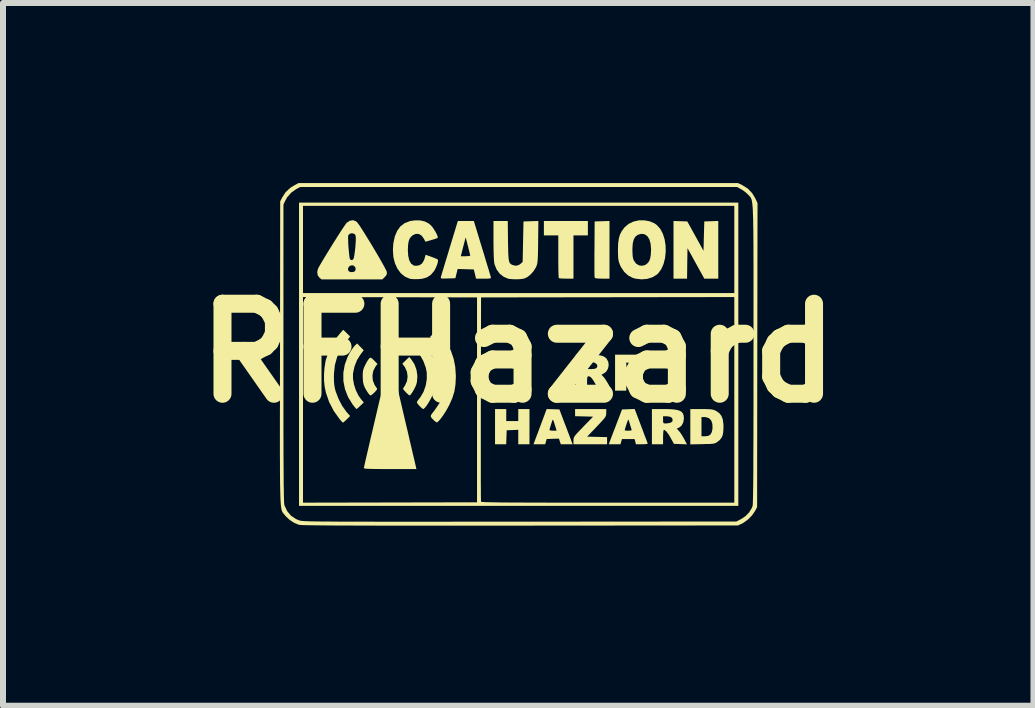
<source format=kicad_pcb>
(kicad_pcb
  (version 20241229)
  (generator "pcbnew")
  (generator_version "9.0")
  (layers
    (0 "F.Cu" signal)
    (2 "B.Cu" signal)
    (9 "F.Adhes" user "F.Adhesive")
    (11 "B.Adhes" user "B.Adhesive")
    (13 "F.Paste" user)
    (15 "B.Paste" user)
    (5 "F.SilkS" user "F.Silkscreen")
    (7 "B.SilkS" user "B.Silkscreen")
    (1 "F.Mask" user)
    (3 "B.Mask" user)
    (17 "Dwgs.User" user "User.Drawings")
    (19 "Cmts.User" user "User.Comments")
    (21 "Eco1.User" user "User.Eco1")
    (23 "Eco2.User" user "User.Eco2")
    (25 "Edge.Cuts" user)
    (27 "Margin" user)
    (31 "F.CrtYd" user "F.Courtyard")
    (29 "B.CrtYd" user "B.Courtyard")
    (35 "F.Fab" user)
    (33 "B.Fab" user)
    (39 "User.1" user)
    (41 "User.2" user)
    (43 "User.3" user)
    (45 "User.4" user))
  (footprint "RFHazard"
    (layer "F.Cu")
    (at 5.586 2.833)
    (property "Reference" "RFHazard" (at 0 0 0) (layer "F.SilkS") (effects (font (size 1.5 1.5) (thickness 0.3))))
    (attr board_only exclude_from_pos_files exclude_from_bom)
    (fp_poly (pts (xy -2.078 0.297) (xy -2.047 0.326) (xy -2.03 0.365) (xy -2.03 0.409) (xy -2.053 0.456) (xy -2.054 0.458) (xy -2.091 0.485) (xy -2.138 0.494) (xy -2.187 0.485) (xy -2.215 0.468) (xy -2.241 0.432) (xy -2.247 0.387) (xy -2.233 0.342) (xy -2.209 0.312) (xy -2.163 0.286) (xy -2.118 0.282)) (stroke (width 0) (type solid)) (fill yes) (layer "F.SilkS"))
    (fp_poly (pts (xy 1.52 -1.72) (xy 1.52 -1.24) (xy 1.4 -1.24) (xy 1.334 -1.241) (xy 1.293 -1.246) (xy 1.274 -1.254) (xy 1.273 -1.257) (xy 1.271 -1.274) (xy 1.27 -1.314) (xy 1.269 -1.375) (xy 1.269 -1.452) (xy 1.269 -1.544) (xy 1.269 -1.646) (xy 1.27 -1.733) (xy 1.273 -2.193) (xy 1.397 -2.197) (xy 1.52 -2.201)) (stroke (width 0) (type solid)) (fill yes) (layer "F.SilkS"))
    (fp_poly (pts (xy 2.08 0.093) (xy 2.08 0.16) (xy 1.939 0.16) (xy 1.798 0.16) (xy 1.803 0.21) (xy 1.807 0.26) (xy 1.923 0.264) (xy 2.04 0.268) (xy 2.04 0.327) (xy 2.04 0.387) (xy 1.92 0.387) (xy 1.8 0.387) (xy 1.8 0.507) (xy 1.8 0.627) (xy 1.707 0.627) (xy 1.613 0.627) (xy 1.613 0.327) (xy 1.613 0.027) (xy 1.847 0.027) (xy 2.08 0.027)) (stroke (width 0) (type solid)) (fill yes) (layer "F.SilkS"))
    (fp_poly (pts (xy 3.333 -1.721) (xy 3.333 -1.24) (xy 3.217 -1.24) (xy 3.1 -1.24) (xy 2.96 -1.494) (xy 2.82 -1.748) (xy 2.816 -1.494) (xy 2.813 -1.24) (xy 2.7 -1.24) (xy 2.587 -1.24) (xy 2.587 -1.721) (xy 2.587 -2.201) (xy 2.702 -2.197) (xy 2.817 -2.193) (xy 2.952 -1.948) (xy 3.087 -1.703) (xy 3.093 -1.948) (xy 3.1 -2.193) (xy 3.217 -2.197) (xy 3.333 -2.201)) (stroke (width 0) (type solid)) (fill yes) (layer "F.SilkS"))
    (fp_poly (pts (xy -0.2 1.033) (xy -0.2 1.133) (xy -0.1 1.133) (xy 0 1.133) (xy 0 1.033) (xy 0 0.933) (xy 0.093 0.933) (xy 0.187 0.933) (xy 0.187 1.227) (xy 0.187 1.52) (xy 0.093 1.52) (xy 0 1.52) (xy 0 1.399) (xy 0 1.279) (xy -0.097 1.283) (xy -0.193 1.287) (xy -0.197 1.403) (xy -0.201 1.52) (xy -0.294 1.52) (xy -0.387 1.52) (xy -0.387 1.227) (xy -0.387 0.933) (xy -0.293 0.933) (xy -0.2 0.933)) (stroke (width 0) (type solid)) (fill yes) (layer "F.SilkS"))
    (fp_poly (pts (xy 1.16 -2.08) (xy 1.16 -1.96) (xy 1.04 -1.96) (xy 0.92 -1.96) (xy 0.92 -1.6) (xy 0.92 -1.24) (xy 0.802 -1.24) (xy 0.749 -1.241) (xy 0.706 -1.243) (xy 0.68 -1.247) (xy 0.676 -1.249) (xy 0.673 -1.264) (xy 0.671 -1.302) (xy 0.669 -1.36) (xy 0.668 -1.434) (xy 0.667 -1.52) (xy 0.667 -1.609) (xy 0.667 -1.96) (xy 0.547 -1.96) (xy 0.427 -1.96) (xy 0.427 -2.08) (xy 0.427 -2.2) (xy 0.793 -2.2) (xy 1.16 -2.2)) (stroke (width 0) (type solid)) (fill yes) (layer "F.SilkS"))
    (fp_poly (pts (xy -1.78 0.109) (xy -1.728 0.19) (xy -1.695 0.283) (xy -1.681 0.382) (xy -1.688 0.48) (xy -1.699 0.522) (xy -1.716 0.565) (xy -1.74 0.611) (xy -1.765 0.654) (xy -1.789 0.688) (xy -1.807 0.705) (xy -1.811 0.707) (xy -1.825 0.698) (xy -1.851 0.675) (xy -1.871 0.656) (xy -1.898 0.626) (xy -1.916 0.604) (xy -1.92 0.597) (xy -1.913 0.581) (xy -1.896 0.553) (xy -1.887 0.54) (xy -1.854 0.468) (xy -1.844 0.389) (xy -1.855 0.31) (xy -1.889 0.235) (xy -1.9 0.219) (xy -1.932 0.177) (xy -1.874 0.121) (xy -1.817 0.065)) (stroke (width 0) (type solid)) (fill yes) (layer "F.SilkS"))
    (fp_poly (pts (xy -1.894 1.09) (xy -1.866 1.208) (xy -1.838 1.326) (xy -1.812 1.44) (xy -1.787 1.545) (xy -1.766 1.637) (xy -1.749 1.71) (xy -1.739 1.75) (xy -1.697 1.933) (xy -2.135 1.933) (xy -2.26 1.933) (xy -2.361 1.932) (xy -2.439 1.931) (xy -2.497 1.929) (xy -2.537 1.927) (xy -2.561 1.923) (xy -2.572 1.919) (xy -2.573 1.917) (xy -2.57 1.901) (xy -2.561 1.861) (xy -2.548 1.801) (xy -2.53 1.723) (xy -2.508 1.629) (xy -2.483 1.521) (xy -2.456 1.403) (xy -2.426 1.278) (xy -2.422 1.26) (xy -2.272 0.62) (xy -2.139 0.616) (xy -2.005 0.612)) (stroke (width 0) (type solid)) (fill yes) (layer "F.SilkS"))
    (fp_poly (pts (xy -2.63 -0.103) (xy -2.575 -0.047) (xy -2.633 0.03) (xy -2.688 0.119) (xy -2.729 0.224) (xy -2.753 0.335) (xy -2.754 0.34) (xy -2.754 0.427) (xy -2.737 0.524) (xy -2.706 0.621) (xy -2.662 0.71) (xy -2.614 0.777) (xy -2.574 0.822) (xy -2.631 0.878) (xy -2.662 0.907) (xy -2.686 0.928) (xy -2.695 0.933) (xy -2.706 0.923) (xy -2.728 0.897) (xy -2.757 0.861) (xy -2.76 0.857) (xy -2.836 0.734) (xy -2.887 0.603) (xy -2.914 0.468) (xy -2.915 0.331) (xy -2.891 0.194) (xy -2.842 0.06) (xy -2.799 -0.02) (xy -2.769 -0.065) (xy -2.739 -0.106) (xy -2.72 -0.127) (xy -2.685 -0.16)) (stroke (width 0) (type solid)) (fill yes) (layer "F.SilkS"))
    (fp_poly (pts (xy 1.466 0.997) (xy 1.465 1.02) (xy 1.462 1.04) (xy 1.453 1.061) (xy 1.436 1.086) (xy 1.408 1.118) (xy 1.368 1.162) (xy 1.312 1.221) (xy 1.307 1.227) (xy 1.148 1.393) (xy 1.314 1.397) (xy 1.48 1.401) (xy 1.48 1.46) (xy 1.48 1.52) (xy 1.2 1.52) (xy 0.92 1.52) (xy 0.92 1.458) (xy 0.921 1.435) (xy 0.924 1.416) (xy 0.933 1.396) (xy 0.949 1.372) (xy 0.976 1.34) (xy 1.017 1.297) (xy 1.073 1.239) (xy 1.083 1.228) (xy 1.247 1.06) (xy 1.097 1.056) (xy 0.947 1.052) (xy 0.947 0.993) (xy 0.947 0.933) (xy 1.207 0.933) (xy 1.467 0.933)) (stroke (width 0) (type solid)) (fill yes) (layer "F.SilkS"))
    (fp_poly (pts (xy -2.454 0.079) (xy -2.434 0.093) (xy -2.402 0.124) (xy -2.346 0.181) (xy -2.379 0.225) (xy -2.416 0.297) (xy -2.43 0.376) (xy -2.423 0.456) (xy -2.394 0.532) (xy -2.363 0.577) (xy -2.352 0.592) (xy -2.354 0.607) (xy -2.371 0.629) (xy -2.394 0.654) (xy -2.425 0.683) (xy -2.451 0.702) (xy -2.461 0.707) (xy -2.477 0.696) (xy -2.5 0.669) (xy -2.518 0.643) (xy -2.553 0.583) (xy -2.575 0.532) (xy -2.587 0.478) (xy -2.591 0.411) (xy -2.592 0.393) (xy -2.591 0.335) (xy -2.586 0.291) (xy -2.574 0.251) (xy -2.553 0.204) (xy -2.55 0.199) (xy -2.526 0.152) (xy -2.502 0.113) (xy -2.483 0.09) (xy -2.483 0.089) (xy -2.468 0.078)) (stroke (width 0) (type solid)) (fill yes) (layer "F.SilkS"))
    (fp_poly (pts (xy -2.859 -0.332) (xy -2.802 -0.276) (xy -2.874 -0.183) (xy -2.958 -0.06) (xy -3.018 0.065) (xy -3.055 0.196) (xy -3.071 0.341) (xy -3.072 0.393) (xy -3.071 0.473) (xy -3.065 0.537) (xy -3.055 0.593) (xy -3.042 0.64) (xy -2.995 0.763) (xy -2.936 0.877) (xy -2.869 0.972) (xy -2.861 0.982) (xy -2.802 1.049) (xy -2.858 1.105) (xy -2.889 1.134) (xy -2.912 1.154) (xy -2.921 1.16) (xy -2.932 1.151) (xy -2.955 1.126) (xy -2.977 1.101) (xy -3.074 0.965) (xy -3.152 0.815) (xy -3.206 0.657) (xy -3.227 0.556) (xy -3.236 0.462) (xy -3.237 0.356) (xy -3.229 0.248) (xy -3.214 0.149) (xy -3.206 0.113) (xy -3.16 -0.019) (xy -3.095 -0.15) (xy -3.016 -0.271) (xy -2.962 -0.337) (xy -2.916 -0.388)) (stroke (width 0) (type solid)) (fill yes) (layer "F.SilkS"))
    (fp_poly (pts (xy -1.532 -0.094) (xy -1.486 -0.033) (xy -1.442 0.044) (xy -1.405 0.128) (xy -1.379 0.207) (xy -1.375 0.224) (xy -1.364 0.307) (xy -1.361 0.4) (xy -1.366 0.492) (xy -1.379 0.572) (xy -1.38 0.579) (xy -1.398 0.633) (xy -1.424 0.694) (xy -1.455 0.757) (xy -1.489 0.817) (xy -1.522 0.869) (xy -1.552 0.908) (xy -1.576 0.93) (xy -1.585 0.933) (xy -1.599 0.925) (xy -1.625 0.902) (xy -1.647 0.88) (xy -1.678 0.844) (xy -1.689 0.821) (xy -1.686 0.808) (xy -1.671 0.788) (xy -1.647 0.755) (xy -1.63 0.734) (xy -1.578 0.645) (xy -1.542 0.542) (xy -1.524 0.432) (xy -1.525 0.324) (xy -1.54 0.246) (xy -1.581 0.134) (xy -1.635 0.039) (xy -1.657 0.009) (xy -1.697 -0.042) (xy -1.641 -0.098) (xy -1.585 -0.153)) (stroke (width 0) (type solid)) (fill yes) (layer "F.SilkS"))
    (fp_poly (pts (xy -1.325 -0.346) (xy -1.283 -0.3) (xy -1.236 -0.237) (xy -1.189 -0.164) (xy -1.148 -0.091) (xy -1.121 -0.034) (xy -1.076 0.097) (xy -1.05 0.231) (xy -1.04 0.377) (xy -1.04 0.395) (xy -1.046 0.523) (xy -1.064 0.638) (xy -1.098 0.749) (xy -1.147 0.86) (xy -1.179 0.921) (xy -1.216 0.984) (xy -1.255 1.043) (xy -1.293 1.095) (xy -1.326 1.133) (xy -1.35 1.154) (xy -1.354 1.156) (xy -1.37 1.15) (xy -1.397 1.129) (xy -1.419 1.108) (xy -1.444 1.082) (xy -1.457 1.062) (xy -1.457 1.042) (xy -1.444 1.017) (xy -1.415 0.98) (xy -1.392 0.951) (xy -1.311 0.831) (xy -1.252 0.7) (xy -1.216 0.56) (xy -1.202 0.416) (xy -1.21 0.271) (xy -1.24 0.129) (xy -1.292 -0.009) (xy -1.366 -0.137) (xy -1.407 -0.192) (xy -1.47 -0.269) (xy -1.416 -0.324) (xy -1.361 -0.379)) (stroke (width 0) (type solid)) (fill yes) (layer "F.SilkS"))
    (fp_poly (pts (xy 0.579 0.936) (xy 0.686 0.94) (xy 0.769 1.16) (xy 0.799 1.237) (xy 0.827 1.312) (xy 0.852 1.377) (xy 0.871 1.427) (xy 0.879 1.45) (xy 0.906 1.52) (xy 0.807 1.52) (xy 0.709 1.52) (xy 0.693 1.473) (xy 0.678 1.426) (xy 0.575 1.429) (xy 0.473 1.433) (xy 0.461 1.477) (xy 0.448 1.52) (xy 0.351 1.52) (xy 0.254 1.52) (xy 0.29 1.423) (xy 0.308 1.375) (xy 0.333 1.31) (xy 0.343 1.282) (xy 0.52 1.282) (xy 0.532 1.289) (xy 0.562 1.293) (xy 0.579 1.293) (xy 0.639 1.293) (xy 0.618 1.225) (xy 0.6 1.166) (xy 0.588 1.13) (xy 0.579 1.113) (xy 0.572 1.113) (xy 0.569 1.12) (xy 0.552 1.171) (xy 0.537 1.219) (xy 0.526 1.258) (xy 0.52 1.281) (xy 0.52 1.282) (xy 0.343 1.282) (xy 0.361 1.234) (xy 0.39 1.156) (xy 0.4 1.13) (xy 0.473 0.933)) (stroke (width 0) (type solid)) (fill yes) (layer "F.SilkS"))
    (fp_poly (pts (xy 3.126 0.934) (xy 3.181 0.936) (xy 3.221 0.939) (xy 3.252 0.946) (xy 3.278 0.956) (xy 3.294 0.963) (xy 3.348 1) (xy 3.386 1.047) (xy 3.409 1.11) (xy 3.419 1.193) (xy 3.42 1.233) (xy 3.416 1.311) (xy 3.406 1.37) (xy 3.385 1.415) (xy 3.352 1.454) (xy 3.324 1.476) (xy 3.305 1.49) (xy 3.286 1.5) (xy 3.264 1.507) (xy 3.232 1.512) (xy 3.187 1.515) (xy 3.123 1.516) (xy 3.071 1.518) (xy 2.867 1.522) (xy 2.867 1.228) (xy 2.867 1.067) (xy 3.053 1.067) (xy 3.053 1.227) (xy 3.053 1.387) (xy 3.113 1.387) (xy 3.166 1.38) (xy 3.199 1.361) (xy 3.225 1.318) (xy 3.237 1.258) (xy 3.235 1.188) (xy 3.234 1.18) (xy 3.215 1.123) (xy 3.178 1.085) (xy 3.125 1.068) (xy 3.105 1.067) (xy 3.053 1.067) (xy 2.867 1.067) (xy 2.867 0.933) (xy 3.051 0.933)) (stroke (width 0) (type solid)) (fill yes) (layer "F.SilkS"))
    (fp_poly (pts (xy 0.331 -1.851) (xy 0.33 -1.744) (xy 0.328 -1.661) (xy 0.326 -1.597) (xy 0.323 -1.549) (xy 0.32 -1.512) (xy 0.315 -1.485) (xy 0.308 -1.462) (xy 0.3 -1.44) (xy 0.295 -1.43) (xy 0.257 -1.367) (xy 0.207 -1.31) (xy 0.15 -1.265) (xy 0.098 -1.241) (xy 0.048 -1.233) (xy -0.017 -1.229) (xy -0.085 -1.23) (xy -0.146 -1.235) (xy -0.169 -1.239) (xy -0.244 -1.271) (xy -0.31 -1.323) (xy -0.361 -1.393) (xy -0.395 -1.477) (xy -0.399 -1.494) (xy -0.403 -1.527) (xy -0.407 -1.583) (xy -0.41 -1.656) (xy -0.412 -1.743) (xy -0.413 -1.837) (xy -0.413 -1.881) (xy -0.413 -2.2) (xy -0.294 -2.2) (xy -0.175 -2.2) (xy -0.171 -1.87) (xy -0.169 -1.761) (xy -0.167 -1.675) (xy -0.164 -1.609) (xy -0.159 -1.561) (xy -0.152 -1.526) (xy -0.142 -1.502) (xy -0.128 -1.486) (xy -0.111 -1.474) (xy -0.097 -1.468) (xy -0.042 -1.454) (xy 0.009 -1.467) (xy 0.036 -1.485) (xy 0.073 -1.518) (xy 0.08 -1.855) (xy 0.087 -2.193) (xy 0.211 -2.197) (xy 0.335 -2.201)) (stroke (width 0) (type solid)) (fill yes) (layer "F.SilkS"))
    (fp_poly (pts (xy 2.047 1.215) (xy 2.078 1.297) (xy 2.105 1.371) (xy 2.129 1.432) (xy 2.146 1.478) (xy 2.156 1.504) (xy 2.158 1.509) (xy 2.148 1.514) (xy 2.117 1.518) (xy 2.072 1.52) (xy 2.061 1.52) (xy 1.961 1.52) (xy 1.95 1.477) (xy 1.938 1.433) (xy 1.833 1.433) (xy 1.728 1.433) (xy 1.715 1.477) (xy 1.703 1.52) (xy 1.605 1.52) (xy 1.508 1.52) (xy 1.539 1.437) (xy 1.555 1.395) (xy 1.578 1.335) (xy 1.596 1.288) (xy 1.773 1.288) (xy 1.785 1.291) (xy 1.816 1.293) (xy 1.835 1.293) (xy 1.872 1.292) (xy 1.888 1.285) (xy 1.888 1.273) (xy 1.88 1.249) (xy 1.868 1.21) (xy 1.859 1.18) (xy 1.847 1.14) (xy 1.837 1.114) (xy 1.833 1.107) (xy 1.827 1.118) (xy 1.817 1.147) (xy 1.803 1.186) (xy 1.79 1.228) (xy 1.779 1.263) (xy 1.774 1.285) (xy 1.773 1.288) (xy 1.596 1.288) (xy 1.606 1.263) (xy 1.635 1.186) (xy 1.65 1.147) (xy 1.729 0.94) (xy 1.835 0.936) (xy 1.94 0.932)) (stroke (width 0) (type solid)) (fill yes) (layer "F.SilkS"))
    (fp_poly (pts (xy 2.532 0.935) (xy 2.613 0.942) (xy 2.674 0.955) (xy 2.716 0.975) (xy 2.742 1.004) (xy 2.756 1.042) (xy 2.76 1.091) (xy 2.75 1.155) (xy 2.723 1.207) (xy 2.681 1.242) (xy 2.677 1.243) (xy 2.641 1.26) (xy 2.679 1.3) (xy 2.704 1.332) (xy 2.734 1.379) (xy 2.763 1.429) (xy 2.764 1.431) (xy 2.811 1.521) (xy 2.702 1.517) (xy 2.594 1.513) (xy 2.543 1.42) (xy 2.504 1.354) (xy 2.468 1.307) (xy 2.438 1.283) (xy 2.425 1.28) (xy 2.42 1.292) (xy 2.416 1.325) (xy 2.414 1.373) (xy 2.413 1.4) (xy 2.413 1.52) (xy 2.32 1.52) (xy 2.227 1.52) (xy 2.227 1.227) (xy 2.227 1.053) (xy 2.413 1.053) (xy 2.413 1.113) (xy 2.414 1.15) (xy 2.421 1.168) (xy 2.439 1.173) (xy 2.459 1.173) (xy 2.502 1.169) (xy 2.539 1.16) (xy 2.567 1.14) (xy 2.573 1.114) (xy 2.562 1.081) (xy 2.529 1.061) (xy 2.473 1.053) (xy 2.468 1.053) (xy 2.413 1.053) (xy 2.227 1.053) (xy 2.227 0.933) (xy 2.427 0.933)) (stroke (width 0) (type solid)) (fill yes) (layer "F.SilkS"))
    (fp_poly (pts (xy 1.137 0.027) (xy 1.234 0.029) (xy 1.31 0.032) (xy 1.366 0.039) (xy 1.408 0.05) (xy 1.44 0.066) (xy 1.465 0.087) (xy 1.47 0.092) (xy 1.499 0.143) (xy 1.507 0.201) (xy 1.496 0.258) (xy 1.467 0.308) (xy 1.426 0.34) (xy 1.386 0.361) (xy 1.421 0.397) (xy 1.444 0.426) (xy 1.473 0.471) (xy 1.503 0.521) (xy 1.508 0.531) (xy 1.562 0.628) (xy 1.452 0.624) (xy 1.342 0.62) (xy 1.294 0.531) (xy 1.256 0.464) (xy 1.225 0.42) (xy 1.198 0.395) (xy 1.174 0.387) (xy 1.171 0.387) (xy 1.16 0.389) (xy 1.152 0.4) (xy 1.148 0.425) (xy 1.147 0.467) (xy 1.147 0.507) (xy 1.147 0.627) (xy 1.053 0.627) (xy 0.96 0.627) (xy 0.96 0.327) (xy 0.96 0.267) (xy 1.145 0.267) (xy 1.218 0.267) (xy 1.272 0.263) (xy 1.303 0.25) (xy 1.306 0.247) (xy 1.319 0.217) (xy 1.309 0.188) (xy 1.281 0.165) (xy 1.239 0.151) (xy 1.2 0.15) (xy 1.171 0.154) (xy 1.156 0.165) (xy 1.151 0.192) (xy 1.149 0.21) (xy 1.145 0.267) (xy 0.96 0.267) (xy 0.96 0.027)) (stroke (width 0) (type solid)) (fill yes) (layer "F.SilkS"))
    (fp_poly (pts (xy -0.602 -1.746) (xy -0.569 -1.64) (xy -0.54 -1.541) (xy -0.513 -1.453) (xy -0.49 -1.378) (xy -0.473 -1.32) (xy -0.461 -1.281) (xy -0.457 -1.266) (xy -0.456 -1.254) (xy -0.462 -1.246) (xy -0.482 -1.242) (xy -0.518 -1.24) (xy -0.577 -1.24) (xy -0.577 -1.24) (xy -0.704 -1.24) (xy -0.722 -1.317) (xy -0.741 -1.393) (xy -0.876 -1.397) (xy -1.01 -1.401) (xy -1.029 -1.324) (xy -1.048 -1.247) (xy -1.172 -1.243) (xy -1.23 -1.241) (xy -1.266 -1.242) (xy -1.285 -1.245) (xy -1.291 -1.252) (xy -1.29 -1.265) (xy -1.289 -1.269) (xy -1.283 -1.289) (xy -1.271 -1.331) (xy -1.252 -1.392) (xy -1.229 -1.469) (xy -1.202 -1.56) (xy -1.185 -1.613) (xy -0.957 -1.613) (xy -0.879 -1.613) (xy -0.837 -1.615) (xy -0.809 -1.619) (xy -0.8 -1.623) (xy -0.804 -1.64) (xy -0.812 -1.676) (xy -0.825 -1.727) (xy -0.838 -1.78) (xy -0.876 -1.927) (xy -0.891 -1.873) (xy -0.901 -1.834) (xy -0.915 -1.78) (xy -0.93 -1.722) (xy -0.931 -1.717) (xy -0.957 -1.613) (xy -1.185 -1.613) (xy -1.171 -1.66) (xy -1.144 -1.75) (xy -1.007 -2.2) (xy -0.873 -2.2) (xy -0.74 -2.2)) (stroke (width 0) (type solid)) (fill yes) (layer "F.SilkS"))
    (fp_poly (pts (xy 2.191 -2.195) (xy 2.272 -2.16) (xy 2.309 -2.133) (xy 2.366 -2.07) (xy 2.409 -1.989) (xy 2.439 -1.894) (xy 2.455 -1.792) (xy 2.457 -1.686) (xy 2.446 -1.582) (xy 2.421 -1.484) (xy 2.383 -1.397) (xy 2.331 -1.327) (xy 2.309 -1.307) (xy 2.237 -1.263) (xy 2.149 -1.236) (xy 2.054 -1.228) (xy 1.957 -1.239) (xy 1.907 -1.253) (xy 1.832 -1.292) (xy 1.765 -1.353) (xy 1.712 -1.433) (xy 1.691 -1.477) (xy 1.678 -1.514) (xy 1.669 -1.551) (xy 1.664 -1.595) (xy 1.662 -1.652) (xy 1.661 -1.72) (xy 1.902 -1.72) (xy 1.904 -1.648) (xy 1.909 -1.595) (xy 1.92 -1.556) (xy 1.926 -1.543) (xy 1.962 -1.492) (xy 2.01 -1.462) (xy 2.063 -1.454) (xy 2.116 -1.468) (xy 2.147 -1.49) (xy 2.177 -1.525) (xy 2.197 -1.571) (xy 2.208 -1.633) (xy 2.213 -1.716) (xy 2.213 -1.733) (xy 2.205 -1.822) (xy 2.185 -1.894) (xy 2.152 -1.946) (xy 2.109 -1.978) (xy 2.057 -1.987) (xy 1.999 -1.973) (xy 1.988 -1.967) (xy 1.95 -1.938) (xy 1.924 -1.892) (xy 1.908 -1.828) (xy 1.902 -1.742) (xy 1.902 -1.72) (xy 1.661 -1.72) (xy 1.664 -1.823) (xy 1.675 -1.905) (xy 1.694 -1.973) (xy 1.725 -2.033) (xy 1.768 -2.091) (xy 1.774 -2.098) (xy 1.84 -2.153) (xy 1.92 -2.191) (xy 2.009 -2.211) (xy 2.101 -2.212)) (stroke (width 0) (type solid)) (fill yes) (layer "F.SilkS"))
    (fp_poly (pts (xy -1.634 -2.21) (xy -1.558 -2.193) (xy -1.494 -2.16) (xy -1.464 -2.136) (xy -1.435 -2.105) (xy -1.406 -2.064) (xy -1.378 -2.018) (xy -1.356 -1.975) (xy -1.343 -1.941) (xy -1.342 -1.92) (xy -1.344 -1.918) (xy -1.36 -1.911) (xy -1.396 -1.899) (xy -1.443 -1.884) (xy -1.45 -1.882) (xy -1.547 -1.855) (xy -1.574 -1.907) (xy -1.611 -1.957) (xy -1.656 -1.984) (xy -1.707 -1.986) (xy -1.76 -1.962) (xy -1.772 -1.952) (xy -1.804 -1.917) (xy -1.825 -1.869) (xy -1.836 -1.805) (xy -1.84 -1.72) (xy -1.834 -1.621) (xy -1.816 -1.545) (xy -1.786 -1.491) (xy -1.745 -1.46) (xy -1.706 -1.453) (xy -1.647 -1.463) (xy -1.602 -1.494) (xy -1.571 -1.546) (xy -1.559 -1.583) (xy -1.544 -1.638) (xy -1.449 -1.604) (xy -1.401 -1.586) (xy -1.363 -1.57) (xy -1.343 -1.56) (xy -1.341 -1.559) (xy -1.337 -1.538) (xy -1.343 -1.502) (xy -1.358 -1.456) (xy -1.38 -1.407) (xy -1.403 -1.366) (xy -1.457 -1.303) (xy -1.523 -1.26) (xy -1.605 -1.237) (xy -1.665 -1.232) (xy -1.721 -1.231) (xy -1.771 -1.233) (xy -1.805 -1.238) (xy -1.807 -1.238) (xy -1.888 -1.273) (xy -1.957 -1.329) (xy -2.013 -1.405) (xy -2.055 -1.496) (xy -2.081 -1.601) (xy -2.089 -1.717) (xy -2.082 -1.827) (xy -2.057 -1.944) (xy -2.016 -2.04) (xy -1.961 -2.114) (xy -1.889 -2.167) (xy -1.801 -2.2) (xy -1.727 -2.21)) (stroke (width 0) (type solid)) (fill yes) (layer "F.SilkS"))
    (fp_poly (pts (xy 3.667 0.02) (xy 3.667 2.547) (xy 0.007 2.547) (xy -3.653 2.547) (xy -3.653 0.02) (xy -3.653 -0.933) (xy -3.587 -0.933) (xy -3.587 0.78) (xy -3.587 2.493) (xy -2.137 2.49) (xy -0.687 2.487) (xy -0.687 1.559) (xy -0.624 1.559) (xy -0.624 1.73) (xy -0.624 1.888) (xy -0.624 2.031) (xy -0.624 2.157) (xy -0.623 2.264) (xy -0.623 2.352) (xy -0.622 2.417) (xy -0.621 2.459) (xy -0.621 2.476) (xy -0.621 2.477) (xy -0.615 2.479) (xy -0.599 2.481) (xy -0.571 2.483) (xy -0.532 2.485) (xy -0.479 2.486) (xy -0.411 2.487) (xy -0.328 2.489) (xy -0.228 2.49) (xy -0.111 2.491) (xy 0.025 2.491) (xy 0.181 2.492) (xy 0.357 2.492) (xy 0.555 2.493) (xy 0.776 2.493) (xy 1.021 2.493) (xy 1.291 2.493) (xy 1.493 2.493) (xy 3.6 2.493) (xy 3.6 0.78) (xy 3.6 -0.933) (xy 1.49 -0.93) (xy -0.62 -0.927) (xy -0.623 0.767) (xy -0.624 0.977) (xy -0.624 1.18) (xy -0.624 1.375) (xy -0.624 1.559) (xy -0.687 1.559) (xy -0.687 0.78) (xy -0.687 -0.927) (xy -2.137 -0.93) (xy -3.587 -0.933) (xy -3.653 -0.933) (xy -3.653 -2.453) (xy -3.587 -2.453) (xy -3.587 -1.727) (xy -3.587 -1) (xy 0.007 -1) (xy 3.6 -1) (xy 3.6 -1.727) (xy 3.6 -2.453) (xy 0.007 -2.453) (xy -3.587 -2.453) (xy -3.653 -2.453) (xy -3.653 -2.507) (xy 0.007 -2.507) (xy 3.667 -2.507)) (stroke (width 0) (type solid)) (fill yes) (layer "F.SilkS"))
    (fp_poly (pts (xy -2.709 -2.198) (xy -2.689 -2.183) (xy -2.672 -2.162) (xy -2.643 -2.122) (xy -2.606 -2.065) (xy -2.562 -1.996) (xy -2.514 -1.918) (xy -2.462 -1.834) (xy -2.41 -1.747) (xy -2.359 -1.661) (xy -2.311 -1.579) (xy -2.269 -1.505) (xy -2.234 -1.442) (xy -2.208 -1.392) (xy -2.193 -1.361) (xy -2.191 -1.353) (xy -2.189 -1.32) (xy -2.201 -1.293) (xy -2.224 -1.267) (xy -2.265 -1.227) (xy -2.772 -1.227) (xy -3.279 -1.227) (xy -3.314 -1.257) (xy -3.342 -1.297) (xy -3.35 -1.348) (xy -3.343 -1.382) (xy -2.836 -1.382) (xy -2.824 -1.363) (xy -2.795 -1.349) (xy -2.757 -1.349) (xy -2.726 -1.361) (xy -2.72 -1.366) (xy -2.709 -1.398) (xy -2.717 -1.431) (xy -2.741 -1.456) (xy -2.754 -1.461) (xy -2.79 -1.46) (xy -2.819 -1.442) (xy -2.836 -1.414) (xy -2.836 -1.382) (xy -3.343 -1.382) (xy -3.339 -1.402) (xy -3.332 -1.415) (xy -3.307 -1.461) (xy -3.271 -1.522) (xy -3.228 -1.594) (xy -3.18 -1.673) (xy -3.128 -1.757) (xy -3.076 -1.841) (xy -3.024 -1.923) (xy -3.02 -1.93) (xy -2.836 -1.93) (xy -2.835 -1.885) (xy -2.833 -1.826) (xy -2.829 -1.761) (xy -2.823 -1.696) (xy -2.817 -1.638) (xy -2.812 -1.594) (xy -2.806 -1.57) (xy -2.788 -1.549) (xy -2.763 -1.552) (xy -2.748 -1.565) (xy -2.74 -1.586) (xy -2.732 -1.627) (xy -2.724 -1.684) (xy -2.716 -1.748) (xy -2.711 -1.814) (xy -2.707 -1.877) (xy -2.707 -1.903) (xy -2.709 -1.947) (xy -2.717 -1.972) (xy -2.733 -1.986) (xy -2.735 -1.987) (xy -2.773 -1.997) (xy -2.809 -1.987) (xy -2.832 -1.963) (xy -2.834 -1.955) (xy -2.836 -1.93) (xy -3.02 -1.93) (xy -2.976 -1.999) (xy -2.933 -2.065) (xy -2.897 -2.118) (xy -2.872 -2.154) (xy -2.859 -2.17) (xy -2.809 -2.204) (xy -2.757 -2.214)) (stroke (width 0) (type solid)) (fill yes) (layer "F.SilkS"))
    (fp_poly (pts (xy 3.733 -2.798) (xy 3.825 -2.741) (xy 3.899 -2.663) (xy 3.949 -2.579) (xy 3.987 -2.498) (xy 3.983 0.034) (xy 3.98 2.567) (xy 3.945 2.634) (xy 3.895 2.706) (xy 3.829 2.773) (xy 3.755 2.827) (xy 3.722 2.845) (xy 3.66 2.873) (xy 0.033 2.876) (xy -0.347 2.876) (xy -0.702 2.876) (xy -1.032 2.876) (xy -1.337 2.876) (xy -1.62 2.876) (xy -1.88 2.876) (xy -2.118 2.876) (xy -2.335 2.876) (xy -2.532 2.875) (xy -2.71 2.875) (xy -2.87 2.874) (xy -3.012 2.874) (xy -3.138 2.873) (xy -3.248 2.872) (xy -3.342 2.871) (xy -3.423 2.87) (xy -3.49 2.869) (xy -3.545 2.868) (xy -3.588 2.867) (xy -3.62 2.865) (xy -3.642 2.863) (xy -3.655 2.862) (xy -3.657 2.861) (xy -3.735 2.829) (xy -3.811 2.779) (xy -3.877 2.717) (xy -3.89 2.7) (xy -3.9 2.688) (xy -3.909 2.678) (xy -3.918 2.667) (xy -3.925 2.657) (xy -3.932 2.645) (xy -3.938 2.629) (xy -3.944 2.61) (xy -3.949 2.586) (xy -3.953 2.556) (xy -3.957 2.518) (xy -3.96 2.472) (xy -3.963 2.415) (xy -3.965 2.349) (xy -3.967 2.27) (xy -3.969 2.178) (xy -3.97 2.072) (xy -3.971 1.951) (xy -3.971 1.813) (xy -3.972 1.657) (xy -3.972 1.483) (xy -3.972 1.288) (xy -3.972 1.073) (xy -3.971 0.836) (xy -3.971 0.575) (xy -3.971 0.29) (xy -3.97 0.007) (xy -3.913 0.007) (xy -3.913 0.317) (xy -3.913 0.601) (xy -3.913 0.86) (xy -3.913 1.097) (xy -3.913 1.31) (xy -3.912 1.503) (xy -3.912 1.675) (xy -3.911 1.828) (xy -3.91 1.962) (xy -3.909 2.08) (xy -3.909 2.181) (xy -3.907 2.267) (xy -3.906 2.34) (xy -3.905 2.399) (xy -3.903 2.447) (xy -3.902 2.484) (xy -3.9 2.511) (xy -3.898 2.529) (xy -3.895 2.54) (xy -3.895 2.54) (xy -3.851 2.634) (xy -3.788 2.709) (xy -3.706 2.765) (xy -3.649 2.789) (xy -3.641 2.791) (xy -3.631 2.793) (xy -3.619 2.795) (xy -3.603 2.797) (xy -3.582 2.799) (xy -3.555 2.801) (xy -3.522 2.802) (xy -3.481 2.804) (xy -3.432 2.805) (xy -3.373 2.806) (xy -3.304 2.807) (xy -3.223 2.808) (xy -3.131 2.808) (xy -3.024 2.809) (xy -2.904 2.81) (xy -2.769 2.81) (xy -2.617 2.81) (xy -2.448 2.81) (xy -2.262 2.811) (xy -2.056 2.811) (xy -1.831 2.811) (xy -1.584 2.811) (xy -1.316 2.811) (xy -1.025 2.81) (xy -0.71 2.81) (xy -0.371 2.81) (xy -0.006 2.81) (xy 0.028 2.81) (xy 3.635 2.807) (xy 3.714 2.766) (xy 3.786 2.718) (xy 3.848 2.654) (xy 3.892 2.581) (xy 3.905 2.547) (xy 3.907 2.532) (xy 3.909 2.501) (xy 3.91 2.453) (xy 3.912 2.387) (xy 3.913 2.303) (xy 3.915 2.2) (xy 3.916 2.076) (xy 3.917 1.933) (xy 3.917 1.768) (xy 3.918 1.581) (xy 3.919 1.372) (xy 3.919 1.139) (xy 3.92 0.883) (xy 3.92 0.602) (xy 3.92 0.295) (xy 3.92 0.017) (xy 3.92 -0.289) (xy 3.92 -0.571) (xy 3.92 -0.827) (xy 3.92 -1.061) (xy 3.92 -1.273) (xy 3.92 -1.463) (xy 3.919 -1.634) (xy 3.919 -1.786) (xy 3.918 -1.921) (xy 3.917 -2.039) (xy 3.915 -2.142) (xy 3.914 -2.231) (xy 3.911 -2.307) (xy 3.909 -2.371) (xy 3.906 -2.425) (xy 3.902 -2.469) (xy 3.898 -2.505) (xy 3.893 -2.533) (xy 3.888 -2.556) (xy 3.882 -2.573) (xy 3.876 -2.587) (xy 3.868 -2.598) (xy 3.86 -2.608) (xy 3.851 -2.617) (xy 3.842 -2.627) (xy 3.834 -2.636) (xy 3.796 -2.672) (xy 3.748 -2.709) (xy 3.718 -2.727) (xy 3.647 -2.767) (xy 0.007 -2.767) (xy -3.633 -2.767) (xy -3.701 -2.731) (xy -3.784 -2.672) (xy -3.852 -2.594) (xy -3.885 -2.534) (xy -3.913 -2.473) (xy -3.913 0.007) (xy -3.97 0.007) (xy -3.97 0) (xy -3.967 -2.527) (xy -3.934 -2.592) (xy -3.878 -2.679) (xy -3.8 -2.752) (xy -3.73 -2.796) (xy -3.66 -2.833) (xy 0 -2.833) (xy 3.66 -2.833)) (stroke (width 0) (type solid)) (fill yes) (layer "F.SilkS")))
  (gr_rect
    (start -3 -3)
    (end 14.171 8.71)
    (stroke (width 0.1) (type default))
    (fill no)
    (layer "Edge.Cuts")))
</source>
